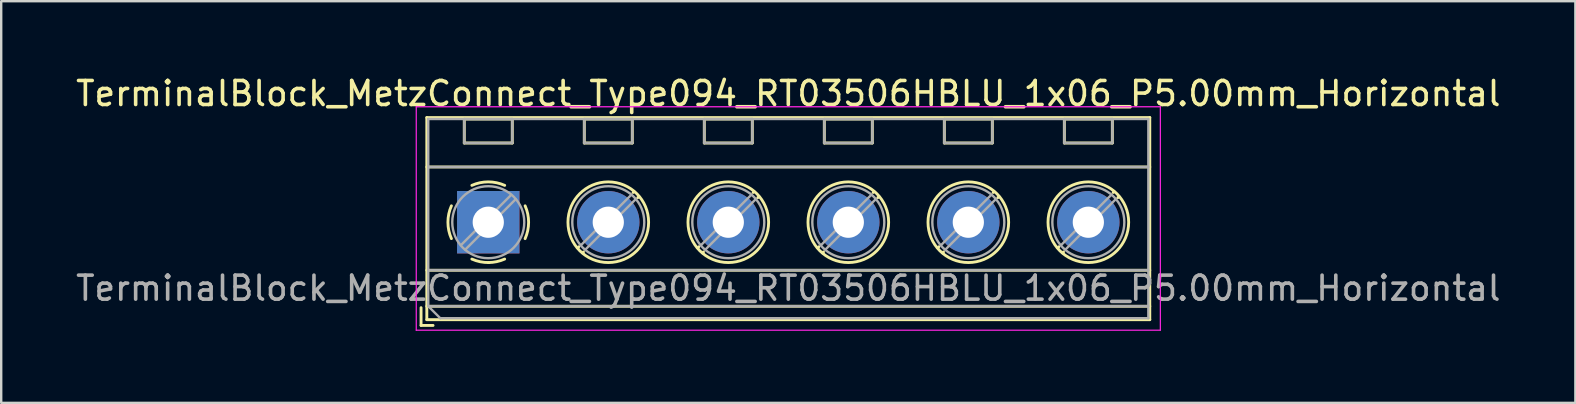
<source format=kicad_pcb>
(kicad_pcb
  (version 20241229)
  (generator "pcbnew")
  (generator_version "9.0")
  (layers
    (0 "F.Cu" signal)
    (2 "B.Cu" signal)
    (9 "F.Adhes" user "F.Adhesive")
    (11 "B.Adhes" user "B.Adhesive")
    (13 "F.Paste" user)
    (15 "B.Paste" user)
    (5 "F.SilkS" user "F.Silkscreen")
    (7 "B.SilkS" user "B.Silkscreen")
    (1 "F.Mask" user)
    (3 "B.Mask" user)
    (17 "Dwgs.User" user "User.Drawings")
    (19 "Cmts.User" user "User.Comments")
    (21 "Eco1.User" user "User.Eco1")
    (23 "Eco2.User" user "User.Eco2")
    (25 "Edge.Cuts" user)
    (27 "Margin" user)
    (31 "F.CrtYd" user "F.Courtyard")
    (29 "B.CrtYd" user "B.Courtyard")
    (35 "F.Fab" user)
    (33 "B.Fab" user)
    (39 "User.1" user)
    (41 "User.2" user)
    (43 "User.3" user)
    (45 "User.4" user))
  (footprint "TerminalBlock_MetzConnect_Type094_RT03506HBLU_1x06_P5.00mm_Horizontal"
    (layer "F.Cu")
    (at 17.292 6.208)
    (property "Reference" "TerminalBlock_MetzConnect_Type094_RT03506HBLU_1x06_P5.00mm_Horizontal" (at 12.5 -5.36 0) (layer "F.SilkS") (effects (font (size 1 1) (thickness 0.15))))
    (attr through_hole)
    (fp_line (start -2.8 3.56) (end -2.8 4.3) (stroke (width 0.12) (type solid)) (layer "F.SilkS"))
    (fp_line (start -2.8 4.3) (end -2.3 4.3) (stroke (width 0.12) (type solid)) (layer "F.SilkS"))
    (fp_line (start -2.56 -4.36) (end -2.56 4.06) (stroke (width 0.12) (type solid)) (layer "F.SilkS"))
    (fp_line (start -2.56 -4.36) (end 27.56 -4.36) (stroke (width 0.12) (type solid)) (layer "F.SilkS"))
    (fp_line (start -2.56 -2.301) (end 27.56 -2.301) (stroke (width 0.12) (type solid)) (layer "F.SilkS"))
    (fp_line (start -2.56 2) (end 27.56 2) (stroke (width 0.12) (type solid)) (layer "F.SilkS"))
    (fp_line (start -2.56 3.5) (end 27.56 3.5) (stroke (width 0.12) (type solid)) (layer "F.SilkS"))
    (fp_line (start -2.56 4.06) (end 27.56 4.06) (stroke (width 0.12) (type solid)) (layer "F.SilkS"))
    (fp_line (start -1 -4.3) (end -1 -3.3) (stroke (width 0.12) (type solid)) (layer "F.SilkS"))
    (fp_line (start -1 -4.3) (end 1 -4.3) (stroke (width 0.12) (type solid)) (layer "F.SilkS"))
    (fp_line (start -1 -3.3) (end 1 -3.3) (stroke (width 0.12) (type solid)) (layer "F.SilkS"))
    (fp_line (start 1 -4.3) (end 1 -3.3) (stroke (width 0.12) (type solid)) (layer "F.SilkS"))
    (fp_line (start 3.773 1.023) (end 3.726 1.069) (stroke (width 0.12) (type solid)) (layer "F.SilkS"))
    (fp_line (start 3.966 1.239) (end 3.931 1.274) (stroke (width 0.12) (type solid)) (layer "F.SilkS"))
    (fp_line (start 4 -4.3) (end 4 -3.3) (stroke (width 0.12) (type solid)) (layer "F.SilkS"))
    (fp_line (start 4 -4.3) (end 6 -4.3) (stroke (width 0.12) (type solid)) (layer "F.SilkS"))
    (fp_line (start 4 -3.3) (end 6 -3.3) (stroke (width 0.12) (type solid)) (layer "F.SilkS"))
    (fp_line (start 6 -4.3) (end 6 -3.3) (stroke (width 0.12) (type solid)) (layer "F.SilkS"))
    (fp_line (start 6.07 -1.275) (end 6.035 -1.239) (stroke (width 0.12) (type solid)) (layer "F.SilkS"))
    (fp_line (start 6.275 -1.069) (end 6.228 -1.023) (stroke (width 0.12) (type solid)) (layer "F.SilkS"))
    (fp_line (start 8.773 1.023) (end 8.726 1.069) (stroke (width 0.12) (type solid)) (layer "F.SilkS"))
    (fp_line (start 8.966 1.239) (end 8.931 1.274) (stroke (width 0.12) (type solid)) (layer "F.SilkS"))
    (fp_line (start 9 -4.3) (end 9 -3.3) (stroke (width 0.12) (type solid)) (layer "F.SilkS"))
    (fp_line (start 9 -4.3) (end 11 -4.3) (stroke (width 0.12) (type solid)) (layer "F.SilkS"))
    (fp_line (start 9 -3.3) (end 11 -3.3) (stroke (width 0.12) (type solid)) (layer "F.SilkS"))
    (fp_line (start 11 -4.3) (end 11 -3.3) (stroke (width 0.12) (type solid)) (layer "F.SilkS"))
    (fp_line (start 11.07 -1.275) (end 11.035 -1.239) (stroke (width 0.12) (type solid)) (layer "F.SilkS"))
    (fp_line (start 11.275 -1.069) (end 11.228 -1.023) (stroke (width 0.12) (type solid)) (layer "F.SilkS"))
    (fp_line (start 13.773 1.023) (end 13.726 1.069) (stroke (width 0.12) (type solid)) (layer "F.SilkS"))
    (fp_line (start 13.966 1.239) (end 13.931 1.274) (stroke (width 0.12) (type solid)) (layer "F.SilkS"))
    (fp_line (start 14 -4.3) (end 14 -3.3) (stroke (width 0.12) (type solid)) (layer "F.SilkS"))
    (fp_line (start 14 -4.3) (end 16 -4.3) (stroke (width 0.12) (type solid)) (layer "F.SilkS"))
    (fp_line (start 14 -3.3) (end 16 -3.3) (stroke (width 0.12) (type solid)) (layer "F.SilkS"))
    (fp_line (start 16 -4.3) (end 16 -3.3) (stroke (width 0.12) (type solid)) (layer "F.SilkS"))
    (fp_line (start 16.07 -1.275) (end 16.035 -1.239) (stroke (width 0.12) (type solid)) (layer "F.SilkS"))
    (fp_line (start 16.275 -1.069) (end 16.228 -1.023) (stroke (width 0.12) (type solid)) (layer "F.SilkS"))
    (fp_line (start 18.773 1.023) (end 18.726 1.069) (stroke (width 0.12) (type solid)) (layer "F.SilkS"))
    (fp_line (start 18.966 1.239) (end 18.931 1.274) (stroke (width 0.12) (type solid)) (layer "F.SilkS"))
    (fp_line (start 19 -4.3) (end 19 -3.3) (stroke (width 0.12) (type solid)) (layer "F.SilkS"))
    (fp_line (start 19 -4.3) (end 21 -4.3) (stroke (width 0.12) (type solid)) (layer "F.SilkS"))
    (fp_line (start 19 -3.3) (end 21 -3.3) (stroke (width 0.12) (type solid)) (layer "F.SilkS"))
    (fp_line (start 21 -4.3) (end 21 -3.3) (stroke (width 0.12) (type solid)) (layer "F.SilkS"))
    (fp_line (start 21.07 -1.275) (end 21.035 -1.239) (stroke (width 0.12) (type solid)) (layer "F.SilkS"))
    (fp_line (start 21.275 -1.069) (end 21.228 -1.023) (stroke (width 0.12) (type solid)) (layer "F.SilkS"))
    (fp_line (start 23.773 1.023) (end 23.726 1.069) (stroke (width 0.12) (type solid)) (layer "F.SilkS"))
    (fp_line (start 23.966 1.239) (end 23.931 1.274) (stroke (width 0.12) (type solid)) (layer "F.SilkS"))
    (fp_line (start 24 -4.3) (end 24 -3.3) (stroke (width 0.12) (type solid)) (layer "F.SilkS"))
    (fp_line (start 24 -4.3) (end 26 -4.3) (stroke (width 0.12) (type solid)) (layer "F.SilkS"))
    (fp_line (start 24 -3.3) (end 26 -3.3) (stroke (width 0.12) (type solid)) (layer "F.SilkS"))
    (fp_line (start 26 -4.3) (end 26 -3.3) (stroke (width 0.12) (type solid)) (layer "F.SilkS"))
    (fp_line (start 26.07 -1.275) (end 26.035 -1.239) (stroke (width 0.12) (type solid)) (layer "F.SilkS"))
    (fp_line (start 26.275 -1.069) (end 26.228 -1.023) (stroke (width 0.12) (type solid)) (layer "F.SilkS"))
    (fp_line (start 27.56 -4.36) (end 27.56 4.06) (stroke (width 0.12) (type solid)) (layer "F.SilkS"))
    (fp_arc (start -1.535427 0.683042) (mid -1.680501 -0.000524) (end -1.535 -0.684) (stroke (width 0.12) (type solid)) (layer "F.SilkS"))
    (fp_arc (start -0.683042 -1.535427) (mid 0.000524 -1.680501) (end 0.684 -1.535) (stroke (width 0.12) (type solid)) (layer "F.SilkS"))
    (fp_arc (start 0.028805 1.680253) (mid -0.335551 1.646659) (end -0.684 1.535) (stroke (width 0.12) (type solid)) (layer "F.SilkS"))
    (fp_arc (start 0.683318 1.534756) (mid 0.349292 1.643288) (end 0 1.68) (stroke (width 0.12) (type solid)) (layer "F.SilkS"))
    (fp_arc (start 1.535427 -0.683042) (mid 1.680501 0.000524) (end 1.535 0.684) (stroke (width 0.12) (type solid)) (layer "F.SilkS"))
    (fp_circle (center 5 0) (end 6.68 0) (stroke (width 0.12) (type solid)) (fill no) (layer "F.SilkS"))
    (fp_circle (center 10 0) (end 11.68 0) (stroke (width 0.12) (type solid)) (fill no) (layer "F.SilkS"))
    (fp_circle (center 15 0) (end 16.68 0) (stroke (width 0.12) (type solid)) (fill no) (layer "F.SilkS"))
    (fp_circle (center 20 0) (end 21.68 0) (stroke (width 0.12) (type solid)) (fill no) (layer "F.SilkS"))
    (fp_circle (center 25 0) (end 26.68 0) (stroke (width 0.12) (type solid)) (fill no) (layer "F.SilkS"))
    (fp_line (start -3 -4.81) (end -3 4.5) (stroke (width 0.05) (type solid)) (layer "F.CrtYd"))
    (fp_line (start -3 4.5) (end 28 4.5) (stroke (width 0.05) (type solid)) (layer "F.CrtYd"))
    (fp_line (start 28 -4.81) (end -3 -4.81) (stroke (width 0.05) (type solid)) (layer "F.CrtYd"))
    (fp_line (start 28 4.5) (end 28 -4.81) (stroke (width 0.05) (type solid)) (layer "F.CrtYd"))
    (fp_line (start -2.5 -4.3) (end 27.5 -4.3) (stroke (width 0.1) (type solid)) (layer "F.Fab"))
    (fp_line (start -2.5 -2.3) (end 27.5 -2.3) (stroke (width 0.1) (type solid)) (layer "F.Fab"))
    (fp_line (start -2.5 2) (end 27.5 2) (stroke (width 0.1) (type solid)) (layer "F.Fab"))
    (fp_line (start -2.5 3.5) (end -2.5 -4.3) (stroke (width 0.1) (type solid)) (layer "F.Fab"))
    (fp_line (start -2.5 3.5) (end 27.5 3.5) (stroke (width 0.1) (type solid)) (layer "F.Fab"))
    (fp_line (start -2 4) (end -2.5 3.5) (stroke (width 0.1) (type solid)) (layer "F.Fab"))
    (fp_line (start -1 -4.3) (end -1 -3.3) (stroke (width 0.1) (type solid)) (layer "F.Fab"))
    (fp_line (start -1 -3.3) (end 1 -3.3) (stroke (width 0.1) (type solid)) (layer "F.Fab"))
    (fp_line (start 0.955 -1.138) (end -1.138 0.955) (stroke (width 0.1) (type solid)) (layer "F.Fab"))
    (fp_line (start 1 -4.3) (end -1 -4.3) (stroke (width 0.1) (type solid)) (layer "F.Fab"))
    (fp_line (start 1 -3.3) (end 1 -4.3) (stroke (width 0.1) (type solid)) (layer "F.Fab"))
    (fp_line (start 1.138 -0.955) (end -0.955 1.138) (stroke (width 0.1) (type solid)) (layer "F.Fab"))
    (fp_line (start 4 -4.3) (end 4 -3.3) (stroke (width 0.1) (type solid)) (layer "F.Fab"))
    (fp_line (start 4 -3.3) (end 6 -3.3) (stroke (width 0.1) (type solid)) (layer "F.Fab"))
    (fp_line (start 5.955 -1.138) (end 3.863 0.955) (stroke (width 0.1) (type solid)) (layer "F.Fab"))
    (fp_line (start 6 -4.3) (end 4 -4.3) (stroke (width 0.1) (type solid)) (layer "F.Fab"))
    (fp_line (start 6 -3.3) (end 6 -4.3) (stroke (width 0.1) (type solid)) (layer "F.Fab"))
    (fp_line (start 6.138 -0.955) (end 4.046 1.138) (stroke (width 0.1) (type solid)) (layer "F.Fab"))
    (fp_line (start 9 -4.3) (end 9 -3.3) (stroke (width 0.1) (type solid)) (layer "F.Fab"))
    (fp_line (start 9 -3.3) (end 11 -3.3) (stroke (width 0.1) (type solid)) (layer "F.Fab"))
    (fp_line (start 10.955 -1.138) (end 8.863 0.955) (stroke (width 0.1) (type solid)) (layer "F.Fab"))
    (fp_line (start 11 -4.3) (end 9 -4.3) (stroke (width 0.1) (type solid)) (layer "F.Fab"))
    (fp_line (start 11 -3.3) (end 11 -4.3) (stroke (width 0.1) (type solid)) (layer "F.Fab"))
    (fp_line (start 11.138 -0.955) (end 9.046 1.138) (stroke (width 0.1) (type solid)) (layer "F.Fab"))
    (fp_line (start 14 -4.3) (end 14 -3.3) (stroke (width 0.1) (type solid)) (layer "F.Fab"))
    (fp_line (start 14 -3.3) (end 16 -3.3) (stroke (width 0.1) (type solid)) (layer "F.Fab"))
    (fp_line (start 15.955 -1.138) (end 13.863 0.955) (stroke (width 0.1) (type solid)) (layer "F.Fab"))
    (fp_line (start 16 -4.3) (end 14 -4.3) (stroke (width 0.1) (type solid)) (layer "F.Fab"))
    (fp_line (start 16 -3.3) (end 16 -4.3) (stroke (width 0.1) (type solid)) (layer "F.Fab"))
    (fp_line (start 16.138 -0.955) (end 14.046 1.138) (stroke (width 0.1) (type solid)) (layer "F.Fab"))
    (fp_line (start 19 -4.3) (end 19 -3.3) (stroke (width 0.1) (type solid)) (layer "F.Fab"))
    (fp_line (start 19 -3.3) (end 21 -3.3) (stroke (width 0.1) (type solid)) (layer "F.Fab"))
    (fp_line (start 20.955 -1.138) (end 18.863 0.955) (stroke (width 0.1) (type solid)) (layer "F.Fab"))
    (fp_line (start 21 -4.3) (end 19 -4.3) (stroke (width 0.1) (type solid)) (layer "F.Fab"))
    (fp_line (start 21 -3.3) (end 21 -4.3) (stroke (width 0.1) (type solid)) (layer "F.Fab"))
    (fp_line (start 21.138 -0.955) (end 19.046 1.138) (stroke (width 0.1) (type solid)) (layer "F.Fab"))
    (fp_line (start 24 -4.3) (end 24 -3.3) (stroke (width 0.1) (type solid)) (layer "F.Fab"))
    (fp_line (start 24 -3.3) (end 26 -3.3) (stroke (width 0.1) (type solid)) (layer "F.Fab"))
    (fp_line (start 25.955 -1.138) (end 23.863 0.955) (stroke (width 0.1) (type solid)) (layer "F.Fab"))
    (fp_line (start 26 -4.3) (end 24 -4.3) (stroke (width 0.1) (type solid)) (layer "F.Fab"))
    (fp_line (start 26 -3.3) (end 26 -4.3) (stroke (width 0.1) (type solid)) (layer "F.Fab"))
    (fp_line (start 26.138 -0.955) (end 24.046 1.138) (stroke (width 0.1) (type solid)) (layer "F.Fab"))
    (fp_line (start 27.5 -4.3) (end 27.5 4) (stroke (width 0.1) (type solid)) (layer "F.Fab"))
    (fp_line (start 27.5 4) (end -2 4) (stroke (width 0.1) (type solid)) (layer "F.Fab"))
    (fp_circle (center 0 0) (end 1.5 0) (stroke (width 0.1) (type solid)) (fill no) (layer "F.Fab"))
    (fp_circle (center 5 0) (end 6.5 0) (stroke (width 0.1) (type solid)) (fill no) (layer "F.Fab"))
    (fp_circle (center 10 0) (end 11.5 0) (stroke (width 0.1) (type solid)) (fill no) (layer "F.Fab"))
    (fp_circle (center 15 0) (end 16.5 0) (stroke (width 0.1) (type solid)) (fill no) (layer "F.Fab"))
    (fp_circle (center 20 0) (end 21.5 0) (stroke (width 0.1) (type solid)) (fill no) (layer "F.Fab"))
    (fp_circle (center 25 0) (end 26.5 0) (stroke (width 0.1) (type solid)) (fill no) (layer "F.Fab"))
    (fp_text user "${REFERENCE}" (at 12.5 2.75 0) (layer "F.Fab") (effects (font (size 1 1) (thickness 0.15))))
    (pad "1" thru_hole rect (at 0 0) (size 2.6 2.6) (drill 1.3) (layers "*.Cu" "*.Mask"))
    (pad "2" thru_hole circle (at 5 0) (size 2.6 2.6) (drill 1.3) (layers "*.Cu" "*.Mask"))
    (pad "3" thru_hole circle (at 10 0) (size 2.6 2.6) (drill 1.3) (layers "*.Cu" "*.Mask"))
    (pad "4" thru_hole circle (at 15 0) (size 2.6 2.6) (drill 1.3) (layers "*.Cu" "*.Mask"))
    (pad "5" thru_hole circle (at 20 0) (size 2.6 2.6) (drill 1.3) (layers "*.Cu" "*.Mask"))
    (pad "6" thru_hole circle (at 25 0) (size 2.6 2.6) (drill 1.3) (layers "*.Cu" "*.Mask")))
  (gr_rect
    (start -3 -3)
    (end 62.583 13.733)
    (stroke (width 0.1) (type default))
    (fill no)
    (layer "Edge.Cuts")))
</source>
